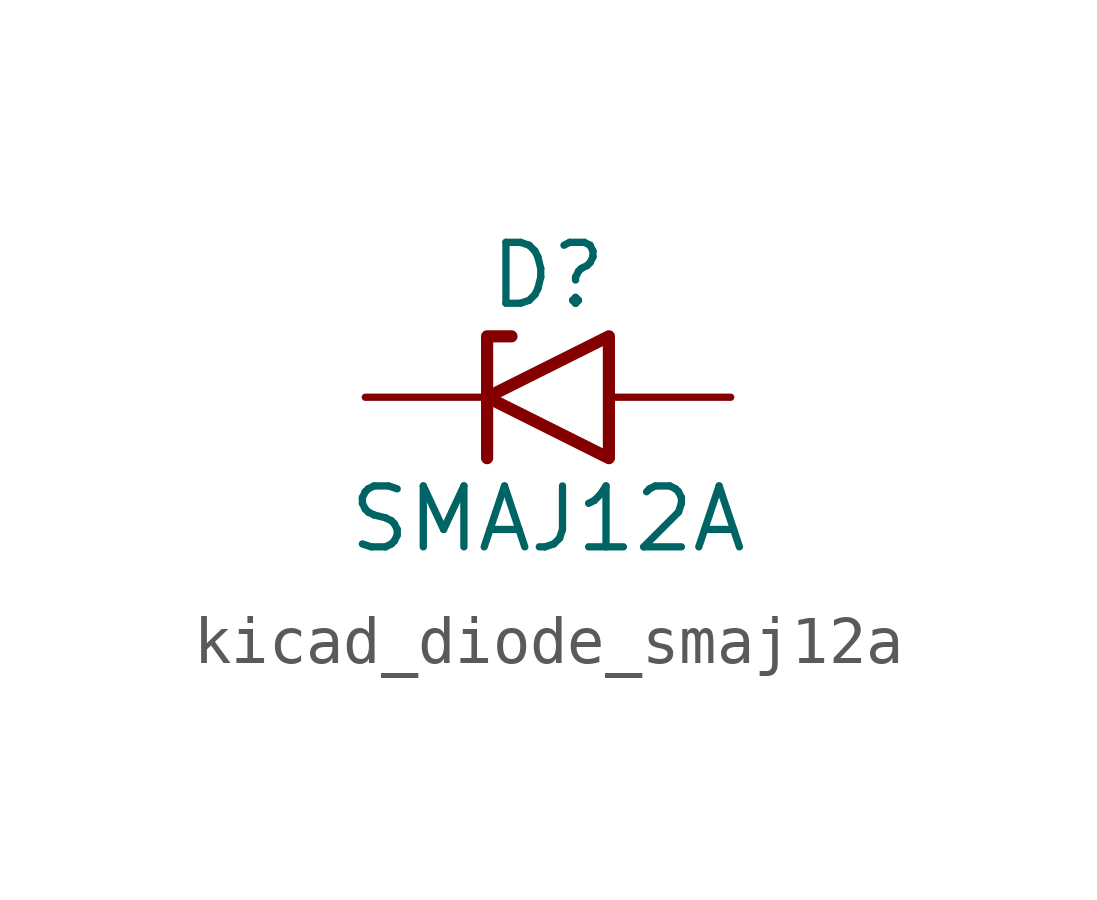
<source format=kicad_sym>
(kicad_symbol_lib
  (version 20220914)
  (generator kicad_symbol_editor)
  (symbol "kicad_diode_smaj12a"
    (pin_numbers hide)
    (pin_names
      (offset 1.016) hide)
    (property "Reference" "D"
      (at 0 2.54 0)
      (effects (font (size 1.27 1.27))))
    (property "Value" "SMAJ12A"
      (at 0 -2.54 0)
      (effects (font (size 1.27 1.27))))
    (symbol "kicad_diode_smaj12a_0_1"
      (polyline (pts (xy -0.762 1.27) (xy -1.27 1.27) (xy -1.27 -1.27)) (stroke (width 0.254) (type default)) (fill (type none)))
      (polyline (pts (xy 1.27 1.27) (xy 1.27 -1.27) (xy -1.27 0) (xy 1.27 1.27)) (stroke (width 0.254) (type default)) (fill (type none))))
    (symbol "kicad_diode_smaj12a_1_1"
      (pin passive line (at -3.81 0 0) (length 2.54) (name "A1" (effects (font (size 1.27 1.27)))) (number "1" (effects (font (size 1.27 1.27)))))
      (pin passive line (at 3.81 0 180) (length 2.54) (name "A2" (effects (font (size 1.27 1.27)))) (number "2" (effects (font (size 1.27 1.27))))))))
</source>
